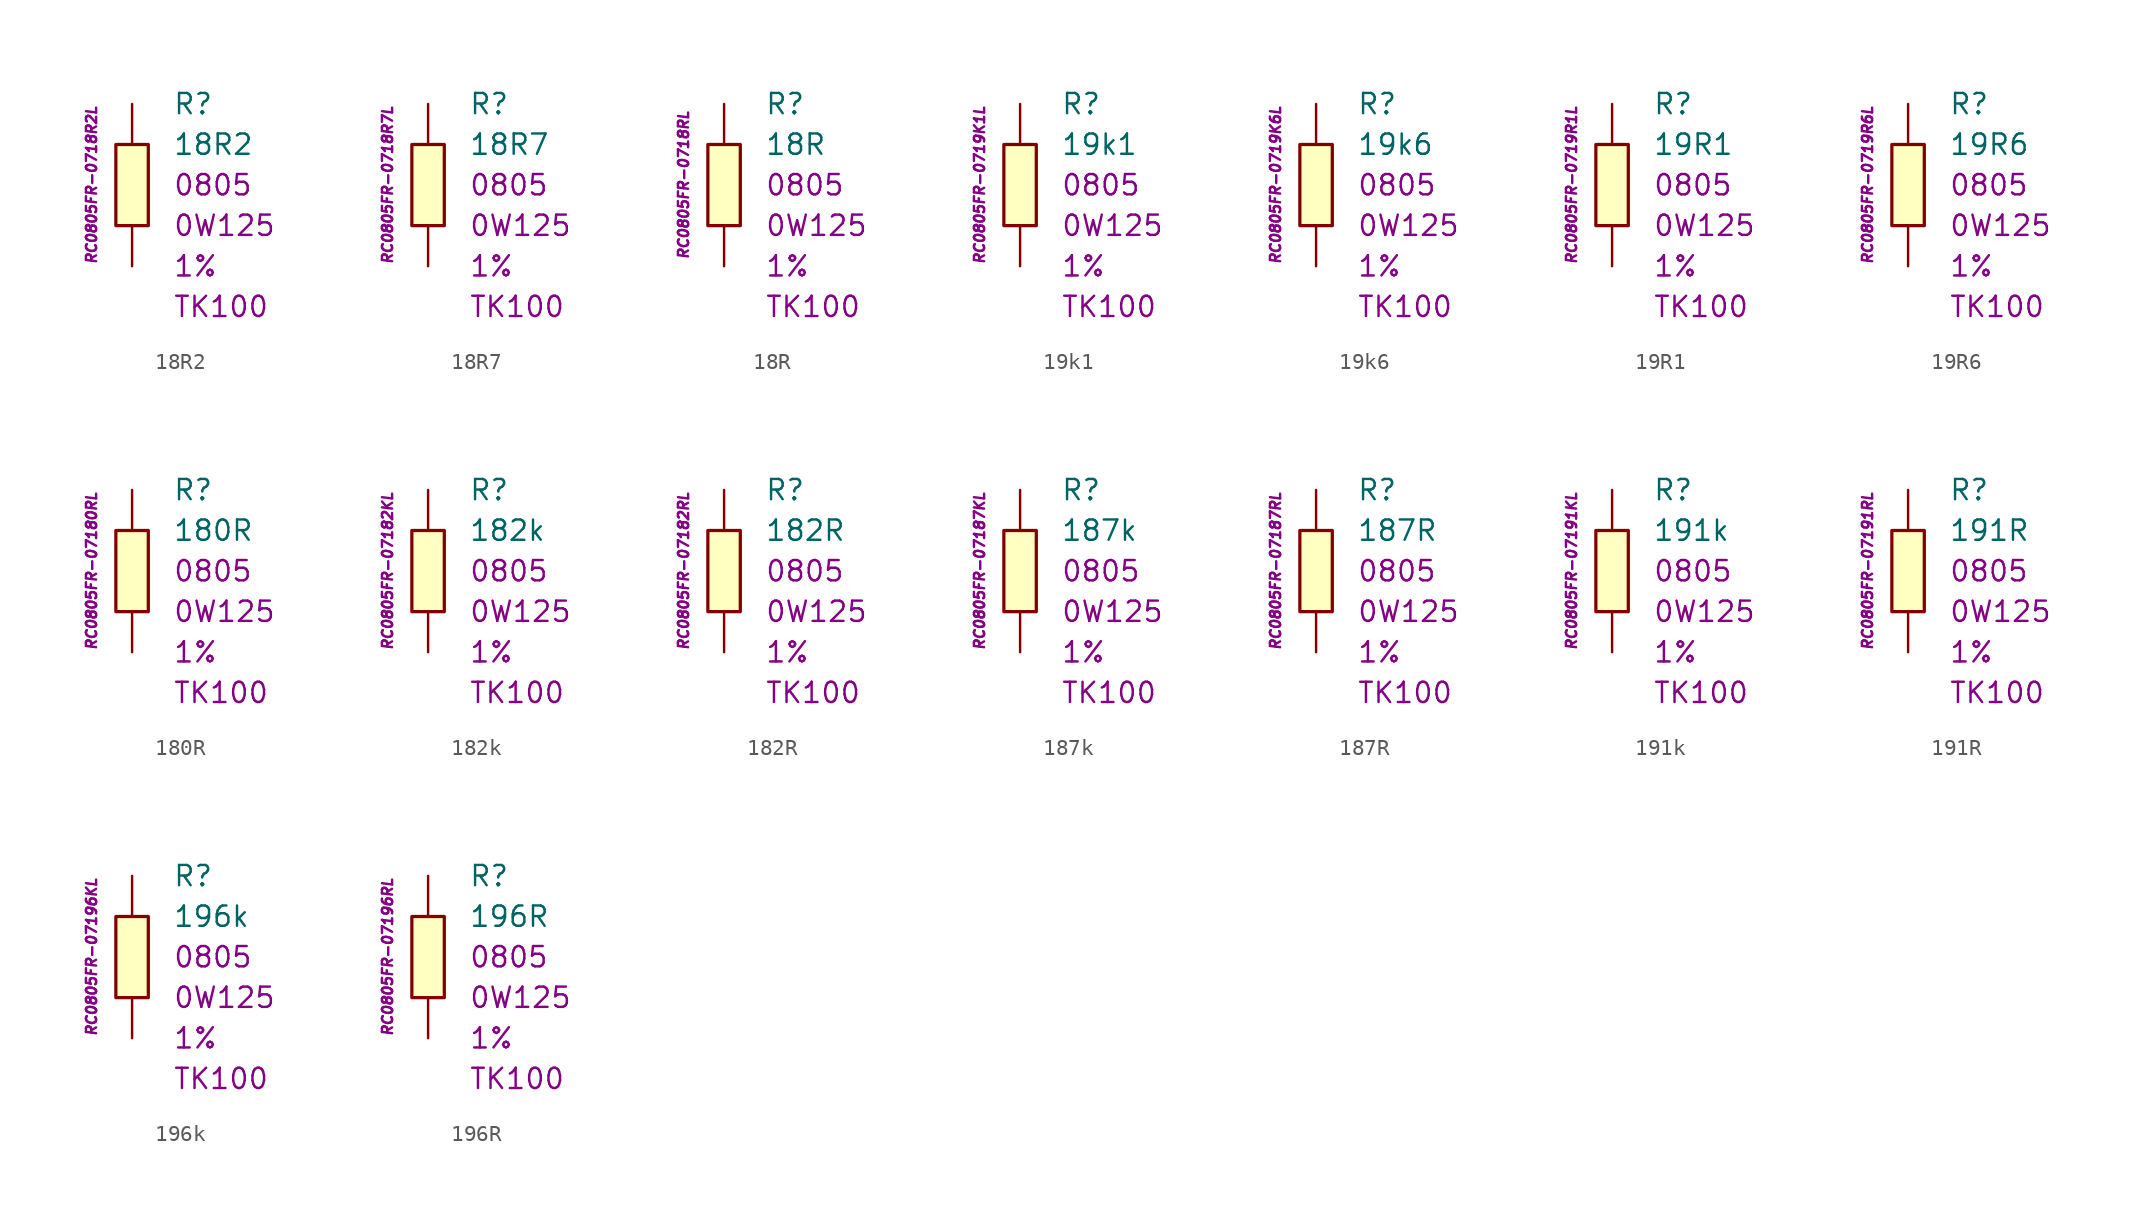
<source format=kicad_sym>
(kicad_symbol_lib
  (version 20201005)
  (generator kicad_symbol_editor)
  (symbol "18R2"
    (pin_numbers hide)
    (pin_names
      (offset 1.016) hide)
    (property "Reference" "R"
      (at 2.54 5.08 0)
      (effects (font (size 1.27 1.27)) (justify left)))
    (property "Value" "18R2"
      (at 2.54 2.54 0)
      (effects (font (size 1.27 1.27)) (justify left)))
    (property "Package" "0805"
      (at 2.54 0 0)
      (effects (font (size 1.27 1.27)) (justify left)))
    (property "Power" "0W125"
      (at 2.54 -2.54 0)
      (effects (font (size 1.27 1.27)) (justify left)))
    (property "Tolerance" "1%"
      (at 2.54 -5.08 0)
      (effects (font (size 1.27 1.27)) (justify left)))
    (property "TK" "TK100"
      (at 2.54 -7.62 0)
      (effects (font (size 1.27 1.27)) (justify left)))
    (property "ID" "RC0805FR-0718R2L"
      (at -2.54 0 90)
      (effects (font (size 0.635 0.635) italic)))
    (symbol "18R2_0_1"
      (rectangle (start -1.016 2.54) (end 1.016 -2.54) (stroke (width 0.203)) (fill (type background))))
    (symbol "18R2_1_1"
      (pin passive line (at 0 5.08 270) (length 2.54) (name "~" (effects (font (size 1.778 1.778)))) (number "1" (effects (font (size 1.778 1.778)))))
      (pin passive line (at 0 -5.08 90) (length 2.54) (name "~" (effects (font (size 1.778 1.778)))) (number "2" (effects (font (size 1.778 1.778)))))))
  (symbol "18R7"
    (pin_numbers hide)
    (pin_names
      (offset 1.016) hide)
    (property "Reference" "R"
      (at 2.54 5.08 0)
      (effects (font (size 1.27 1.27)) (justify left)))
    (property "Value" "18R7"
      (at 2.54 2.54 0)
      (effects (font (size 1.27 1.27)) (justify left)))
    (property "Package" "0805"
      (at 2.54 0 0)
      (effects (font (size 1.27 1.27)) (justify left)))
    (property "Power" "0W125"
      (at 2.54 -2.54 0)
      (effects (font (size 1.27 1.27)) (justify left)))
    (property "Tolerance" "1%"
      (at 2.54 -5.08 0)
      (effects (font (size 1.27 1.27)) (justify left)))
    (property "TK" "TK100"
      (at 2.54 -7.62 0)
      (effects (font (size 1.27 1.27)) (justify left)))
    (property "ID" "RC0805FR-0718R7L"
      (at -2.54 0 90)
      (effects (font (size 0.635 0.635) italic)))
    (symbol "18R7_0_1"
      (rectangle (start -1.016 2.54) (end 1.016 -2.54) (stroke (width 0.203)) (fill (type background))))
    (symbol "18R7_1_1"
      (pin passive line (at 0 5.08 270) (length 2.54) (name "~" (effects (font (size 1.778 1.778)))) (number "1" (effects (font (size 1.778 1.778)))))
      (pin passive line (at 0 -5.08 90) (length 2.54) (name "~" (effects (font (size 1.778 1.778)))) (number "2" (effects (font (size 1.778 1.778)))))))
  (symbol "18R"
    (pin_numbers hide)
    (pin_names
      (offset 1.016) hide)
    (property "Reference" "R"
      (at 2.54 5.08 0)
      (effects (font (size 1.27 1.27)) (justify left)))
    (property "Value" "18R"
      (at 2.54 2.54 0)
      (effects (font (size 1.27 1.27)) (justify left)))
    (property "Package" "0805"
      (at 2.54 0 0)
      (effects (font (size 1.27 1.27)) (justify left)))
    (property "Power" "0W125"
      (at 2.54 -2.54 0)
      (effects (font (size 1.27 1.27)) (justify left)))
    (property "Tolerance" "1%"
      (at 2.54 -5.08 0)
      (effects (font (size 1.27 1.27)) (justify left)))
    (property "TK" "TK100"
      (at 2.54 -7.62 0)
      (effects (font (size 1.27 1.27)) (justify left)))
    (property "ID" "RC0805FR-0718RL"
      (at -2.54 0 90)
      (effects (font (size 0.635 0.635) italic)))
    (symbol "18R_0_1"
      (rectangle (start -1.016 2.54) (end 1.016 -2.54) (stroke (width 0.203)) (fill (type background))))
    (symbol "18R_1_1"
      (pin passive line (at 0 5.08 270) (length 2.54) (name "~" (effects (font (size 1.778 1.778)))) (number "1" (effects (font (size 1.778 1.778)))))
      (pin passive line (at 0 -5.08 90) (length 2.54) (name "~" (effects (font (size 1.778 1.778)))) (number "2" (effects (font (size 1.778 1.778)))))))
  (symbol "19k1"
    (pin_numbers hide)
    (pin_names
      (offset 1.016) hide)
    (property "Reference" "R"
      (at 2.54 5.08 0)
      (effects (font (size 1.27 1.27)) (justify left)))
    (property "Value" "19k1"
      (at 2.54 2.54 0)
      (effects (font (size 1.27 1.27)) (justify left)))
    (property "Package" "0805"
      (at 2.54 0 0)
      (effects (font (size 1.27 1.27)) (justify left)))
    (property "Power" "0W125"
      (at 2.54 -2.54 0)
      (effects (font (size 1.27 1.27)) (justify left)))
    (property "Tolerance" "1%"
      (at 2.54 -5.08 0)
      (effects (font (size 1.27 1.27)) (justify left)))
    (property "TK" "TK100"
      (at 2.54 -7.62 0)
      (effects (font (size 1.27 1.27)) (justify left)))
    (property "ID" "RC0805FR-0719K1L"
      (at -2.54 0 90)
      (effects (font (size 0.635 0.635) italic)))
    (symbol "19k1_0_1"
      (rectangle (start -1.016 2.54) (end 1.016 -2.54) (stroke (width 0.203)) (fill (type background))))
    (symbol "19k1_1_1"
      (pin passive line (at 0 5.08 270) (length 2.54) (name "~" (effects (font (size 1.778 1.778)))) (number "1" (effects (font (size 1.778 1.778)))))
      (pin passive line (at 0 -5.08 90) (length 2.54) (name "~" (effects (font (size 1.778 1.778)))) (number "2" (effects (font (size 1.778 1.778)))))))
  (symbol "19k6"
    (pin_numbers hide)
    (pin_names
      (offset 1.016) hide)
    (property "Reference" "R"
      (at 2.54 5.08 0)
      (effects (font (size 1.27 1.27)) (justify left)))
    (property "Value" "19k6"
      (at 2.54 2.54 0)
      (effects (font (size 1.27 1.27)) (justify left)))
    (property "Package" "0805"
      (at 2.54 0 0)
      (effects (font (size 1.27 1.27)) (justify left)))
    (property "Power" "0W125"
      (at 2.54 -2.54 0)
      (effects (font (size 1.27 1.27)) (justify left)))
    (property "Tolerance" "1%"
      (at 2.54 -5.08 0)
      (effects (font (size 1.27 1.27)) (justify left)))
    (property "TK" "TK100"
      (at 2.54 -7.62 0)
      (effects (font (size 1.27 1.27)) (justify left)))
    (property "ID" "RC0805FR-0719K6L"
      (at -2.54 0 90)
      (effects (font (size 0.635 0.635) italic)))
    (symbol "19k6_0_1"
      (rectangle (start -1.016 2.54) (end 1.016 -2.54) (stroke (width 0.203)) (fill (type background))))
    (symbol "19k6_1_1"
      (pin passive line (at 0 5.08 270) (length 2.54) (name "~" (effects (font (size 1.778 1.778)))) (number "1" (effects (font (size 1.778 1.778)))))
      (pin passive line (at 0 -5.08 90) (length 2.54) (name "~" (effects (font (size 1.778 1.778)))) (number "2" (effects (font (size 1.778 1.778)))))))
  (symbol "19R1"
    (pin_numbers hide)
    (pin_names
      (offset 1.016) hide)
    (property "Reference" "R"
      (at 2.54 5.08 0)
      (effects (font (size 1.27 1.27)) (justify left)))
    (property "Value" "19R1"
      (at 2.54 2.54 0)
      (effects (font (size 1.27 1.27)) (justify left)))
    (property "Package" "0805"
      (at 2.54 0 0)
      (effects (font (size 1.27 1.27)) (justify left)))
    (property "Power" "0W125"
      (at 2.54 -2.54 0)
      (effects (font (size 1.27 1.27)) (justify left)))
    (property "Tolerance" "1%"
      (at 2.54 -5.08 0)
      (effects (font (size 1.27 1.27)) (justify left)))
    (property "TK" "TK100"
      (at 2.54 -7.62 0)
      (effects (font (size 1.27 1.27)) (justify left)))
    (property "ID" "RC0805FR-0719R1L"
      (at -2.54 0 90)
      (effects (font (size 0.635 0.635) italic)))
    (symbol "19R1_0_1"
      (rectangle (start -1.016 2.54) (end 1.016 -2.54) (stroke (width 0.203)) (fill (type background))))
    (symbol "19R1_1_1"
      (pin passive line (at 0 5.08 270) (length 2.54) (name "~" (effects (font (size 1.778 1.778)))) (number "1" (effects (font (size 1.778 1.778)))))
      (pin passive line (at 0 -5.08 90) (length 2.54) (name "~" (effects (font (size 1.778 1.778)))) (number "2" (effects (font (size 1.778 1.778)))))))
  (symbol "19R6"
    (pin_numbers hide)
    (pin_names
      (offset 1.016) hide)
    (property "Reference" "R"
      (at 2.54 5.08 0)
      (effects (font (size 1.27 1.27)) (justify left)))
    (property "Value" "19R6"
      (at 2.54 2.54 0)
      (effects (font (size 1.27 1.27)) (justify left)))
    (property "Package" "0805"
      (at 2.54 0 0)
      (effects (font (size 1.27 1.27)) (justify left)))
    (property "Power" "0W125"
      (at 2.54 -2.54 0)
      (effects (font (size 1.27 1.27)) (justify left)))
    (property "Tolerance" "1%"
      (at 2.54 -5.08 0)
      (effects (font (size 1.27 1.27)) (justify left)))
    (property "TK" "TK100"
      (at 2.54 -7.62 0)
      (effects (font (size 1.27 1.27)) (justify left)))
    (property "ID" "RC0805FR-0719R6L"
      (at -2.54 0 90)
      (effects (font (size 0.635 0.635) italic)))
    (symbol "19R6_0_1"
      (rectangle (start -1.016 2.54) (end 1.016 -2.54) (stroke (width 0.203)) (fill (type background))))
    (symbol "19R6_1_1"
      (pin passive line (at 0 5.08 270) (length 2.54) (name "~" (effects (font (size 1.778 1.778)))) (number "1" (effects (font (size 1.778 1.778)))))
      (pin passive line (at 0 -5.08 90) (length 2.54) (name "~" (effects (font (size 1.778 1.778)))) (number "2" (effects (font (size 1.778 1.778)))))))
  (symbol "180R"
    (pin_numbers hide)
    (pin_names
      (offset 1.016) hide)
    (property "Reference" "R"
      (at 2.54 5.08 0)
      (effects (font (size 1.27 1.27)) (justify left)))
    (property "Value" "180R"
      (at 2.54 2.54 0)
      (effects (font (size 1.27 1.27)) (justify left)))
    (property "Package" "0805"
      (at 2.54 0 0)
      (effects (font (size 1.27 1.27)) (justify left)))
    (property "Power" "0W125"
      (at 2.54 -2.54 0)
      (effects (font (size 1.27 1.27)) (justify left)))
    (property "Tolerance" "1%"
      (at 2.54 -5.08 0)
      (effects (font (size 1.27 1.27)) (justify left)))
    (property "TK" "TK100"
      (at 2.54 -7.62 0)
      (effects (font (size 1.27 1.27)) (justify left)))
    (property "ID" "RC0805FR-07180RL"
      (at -2.54 0 90)
      (effects (font (size 0.635 0.635) italic)))
    (symbol "180R_0_1"
      (rectangle (start -1.016 2.54) (end 1.016 -2.54) (stroke (width 0.203)) (fill (type background))))
    (symbol "180R_1_1"
      (pin passive line (at 0 5.08 270) (length 2.54) (name "~" (effects (font (size 1.778 1.778)))) (number "1" (effects (font (size 1.778 1.778)))))
      (pin passive line (at 0 -5.08 90) (length 2.54) (name "~" (effects (font (size 1.778 1.778)))) (number "2" (effects (font (size 1.778 1.778)))))))
  (symbol "182k"
    (pin_numbers hide)
    (pin_names
      (offset 1.016) hide)
    (property "Reference" "R"
      (at 2.54 5.08 0)
      (effects (font (size 1.27 1.27)) (justify left)))
    (property "Value" "182k"
      (at 2.54 2.54 0)
      (effects (font (size 1.27 1.27)) (justify left)))
    (property "Package" "0805"
      (at 2.54 0 0)
      (effects (font (size 1.27 1.27)) (justify left)))
    (property "Power" "0W125"
      (at 2.54 -2.54 0)
      (effects (font (size 1.27 1.27)) (justify left)))
    (property "Tolerance" "1%"
      (at 2.54 -5.08 0)
      (effects (font (size 1.27 1.27)) (justify left)))
    (property "TK" "TK100"
      (at 2.54 -7.62 0)
      (effects (font (size 1.27 1.27)) (justify left)))
    (property "ID" "RC0805FR-07182KL"
      (at -2.54 0 90)
      (effects (font (size 0.635 0.635) italic)))
    (symbol "182k_0_1"
      (rectangle (start -1.016 2.54) (end 1.016 -2.54) (stroke (width 0.203)) (fill (type background))))
    (symbol "182k_1_1"
      (pin passive line (at 0 5.08 270) (length 2.54) (name "~" (effects (font (size 1.778 1.778)))) (number "1" (effects (font (size 1.778 1.778)))))
      (pin passive line (at 0 -5.08 90) (length 2.54) (name "~" (effects (font (size 1.778 1.778)))) (number "2" (effects (font (size 1.778 1.778)))))))
  (symbol "182R"
    (pin_numbers hide)
    (pin_names
      (offset 1.016) hide)
    (property "Reference" "R"
      (at 2.54 5.08 0)
      (effects (font (size 1.27 1.27)) (justify left)))
    (property "Value" "182R"
      (at 2.54 2.54 0)
      (effects (font (size 1.27 1.27)) (justify left)))
    (property "Package" "0805"
      (at 2.54 0 0)
      (effects (font (size 1.27 1.27)) (justify left)))
    (property "Power" "0W125"
      (at 2.54 -2.54 0)
      (effects (font (size 1.27 1.27)) (justify left)))
    (property "Tolerance" "1%"
      (at 2.54 -5.08 0)
      (effects (font (size 1.27 1.27)) (justify left)))
    (property "TK" "TK100"
      (at 2.54 -7.62 0)
      (effects (font (size 1.27 1.27)) (justify left)))
    (property "ID" "RC0805FR-07182RL"
      (at -2.54 0 90)
      (effects (font (size 0.635 0.635) italic)))
    (symbol "182R_0_1"
      (rectangle (start -1.016 2.54) (end 1.016 -2.54) (stroke (width 0.203)) (fill (type background))))
    (symbol "182R_1_1"
      (pin passive line (at 0 5.08 270) (length 2.54) (name "~" (effects (font (size 1.778 1.778)))) (number "1" (effects (font (size 1.778 1.778)))))
      (pin passive line (at 0 -5.08 90) (length 2.54) (name "~" (effects (font (size 1.778 1.778)))) (number "2" (effects (font (size 1.778 1.778)))))))
  (symbol "187k"
    (pin_numbers hide)
    (pin_names
      (offset 1.016) hide)
    (property "Reference" "R"
      (at 2.54 5.08 0)
      (effects (font (size 1.27 1.27)) (justify left)))
    (property "Value" "187k"
      (at 2.54 2.54 0)
      (effects (font (size 1.27 1.27)) (justify left)))
    (property "Package" "0805"
      (at 2.54 0 0)
      (effects (font (size 1.27 1.27)) (justify left)))
    (property "Power" "0W125"
      (at 2.54 -2.54 0)
      (effects (font (size 1.27 1.27)) (justify left)))
    (property "Tolerance" "1%"
      (at 2.54 -5.08 0)
      (effects (font (size 1.27 1.27)) (justify left)))
    (property "TK" "TK100"
      (at 2.54 -7.62 0)
      (effects (font (size 1.27 1.27)) (justify left)))
    (property "ID" "RC0805FR-07187KL"
      (at -2.54 0 90)
      (effects (font (size 0.635 0.635) italic)))
    (symbol "187k_0_1"
      (rectangle (start -1.016 2.54) (end 1.016 -2.54) (stroke (width 0.203)) (fill (type background))))
    (symbol "187k_1_1"
      (pin passive line (at 0 5.08 270) (length 2.54) (name "~" (effects (font (size 1.778 1.778)))) (number "1" (effects (font (size 1.778 1.778)))))
      (pin passive line (at 0 -5.08 90) (length 2.54) (name "~" (effects (font (size 1.778 1.778)))) (number "2" (effects (font (size 1.778 1.778)))))))
  (symbol "187R"
    (pin_numbers hide)
    (pin_names
      (offset 1.016) hide)
    (property "Reference" "R"
      (at 2.54 5.08 0)
      (effects (font (size 1.27 1.27)) (justify left)))
    (property "Value" "187R"
      (at 2.54 2.54 0)
      (effects (font (size 1.27 1.27)) (justify left)))
    (property "Package" "0805"
      (at 2.54 0 0)
      (effects (font (size 1.27 1.27)) (justify left)))
    (property "Power" "0W125"
      (at 2.54 -2.54 0)
      (effects (font (size 1.27 1.27)) (justify left)))
    (property "Tolerance" "1%"
      (at 2.54 -5.08 0)
      (effects (font (size 1.27 1.27)) (justify left)))
    (property "TK" "TK100"
      (at 2.54 -7.62 0)
      (effects (font (size 1.27 1.27)) (justify left)))
    (property "ID" "RC0805FR-07187RL"
      (at -2.54 0 90)
      (effects (font (size 0.635 0.635) italic)))
    (symbol "187R_0_1"
      (rectangle (start -1.016 2.54) (end 1.016 -2.54) (stroke (width 0.203)) (fill (type background))))
    (symbol "187R_1_1"
      (pin passive line (at 0 5.08 270) (length 2.54) (name "~" (effects (font (size 1.778 1.778)))) (number "1" (effects (font (size 1.778 1.778)))))
      (pin passive line (at 0 -5.08 90) (length 2.54) (name "~" (effects (font (size 1.778 1.778)))) (number "2" (effects (font (size 1.778 1.778)))))))
  (symbol "191k"
    (pin_numbers hide)
    (pin_names
      (offset 1.016) hide)
    (property "Reference" "R"
      (at 2.54 5.08 0)
      (effects (font (size 1.27 1.27)) (justify left)))
    (property "Value" "191k"
      (at 2.54 2.54 0)
      (effects (font (size 1.27 1.27)) (justify left)))
    (property "Package" "0805"
      (at 2.54 0 0)
      (effects (font (size 1.27 1.27)) (justify left)))
    (property "Power" "0W125"
      (at 2.54 -2.54 0)
      (effects (font (size 1.27 1.27)) (justify left)))
    (property "Tolerance" "1%"
      (at 2.54 -5.08 0)
      (effects (font (size 1.27 1.27)) (justify left)))
    (property "TK" "TK100"
      (at 2.54 -7.62 0)
      (effects (font (size 1.27 1.27)) (justify left)))
    (property "ID" "RC0805FR-07191KL"
      (at -2.54 0 90)
      (effects (font (size 0.635 0.635) italic)))
    (symbol "191k_0_1"
      (rectangle (start -1.016 2.54) (end 1.016 -2.54) (stroke (width 0.203)) (fill (type background))))
    (symbol "191k_1_1"
      (pin passive line (at 0 5.08 270) (length 2.54) (name "~" (effects (font (size 1.778 1.778)))) (number "1" (effects (font (size 1.778 1.778)))))
      (pin passive line (at 0 -5.08 90) (length 2.54) (name "~" (effects (font (size 1.778 1.778)))) (number "2" (effects (font (size 1.778 1.778)))))))
  (symbol "191R"
    (pin_numbers hide)
    (pin_names
      (offset 1.016) hide)
    (property "Reference" "R"
      (at 2.54 5.08 0)
      (effects (font (size 1.27 1.27)) (justify left)))
    (property "Value" "191R"
      (at 2.54 2.54 0)
      (effects (font (size 1.27 1.27)) (justify left)))
    (property "Package" "0805"
      (at 2.54 0 0)
      (effects (font (size 1.27 1.27)) (justify left)))
    (property "Power" "0W125"
      (at 2.54 -2.54 0)
      (effects (font (size 1.27 1.27)) (justify left)))
    (property "Tolerance" "1%"
      (at 2.54 -5.08 0)
      (effects (font (size 1.27 1.27)) (justify left)))
    (property "TK" "TK100"
      (at 2.54 -7.62 0)
      (effects (font (size 1.27 1.27)) (justify left)))
    (property "ID" "RC0805FR-07191RL"
      (at -2.54 0 90)
      (effects (font (size 0.635 0.635) italic)))
    (symbol "191R_0_1"
      (rectangle (start -1.016 2.54) (end 1.016 -2.54) (stroke (width 0.203)) (fill (type background))))
    (symbol "191R_1_1"
      (pin passive line (at 0 5.08 270) (length 2.54) (name "~" (effects (font (size 1.778 1.778)))) (number "1" (effects (font (size 1.778 1.778)))))
      (pin passive line (at 0 -5.08 90) (length 2.54) (name "~" (effects (font (size 1.778 1.778)))) (number "2" (effects (font (size 1.778 1.778)))))))
  (symbol "196k"
    (pin_numbers hide)
    (pin_names
      (offset 1.016) hide)
    (property "Reference" "R"
      (at 2.54 5.08 0)
      (effects (font (size 1.27 1.27)) (justify left)))
    (property "Value" "196k"
      (at 2.54 2.54 0)
      (effects (font (size 1.27 1.27)) (justify left)))
    (property "Package" "0805"
      (at 2.54 0 0)
      (effects (font (size 1.27 1.27)) (justify left)))
    (property "Power" "0W125"
      (at 2.54 -2.54 0)
      (effects (font (size 1.27 1.27)) (justify left)))
    (property "Tolerance" "1%"
      (at 2.54 -5.08 0)
      (effects (font (size 1.27 1.27)) (justify left)))
    (property "TK" "TK100"
      (at 2.54 -7.62 0)
      (effects (font (size 1.27 1.27)) (justify left)))
    (property "ID" "RC0805FR-07196KL"
      (at -2.54 0 90)
      (effects (font (size 0.635 0.635) italic)))
    (symbol "196k_0_1"
      (rectangle (start -1.016 2.54) (end 1.016 -2.54) (stroke (width 0.203)) (fill (type background))))
    (symbol "196k_1_1"
      (pin passive line (at 0 5.08 270) (length 2.54) (name "~" (effects (font (size 1.778 1.778)))) (number "1" (effects (font (size 1.778 1.778)))))
      (pin passive line (at 0 -5.08 90) (length 2.54) (name "~" (effects (font (size 1.778 1.778)))) (number "2" (effects (font (size 1.778 1.778)))))))
  (symbol "196R"
    (pin_numbers hide)
    (pin_names
      (offset 1.016) hide)
    (property "Reference" "R"
      (at 2.54 5.08 0)
      (effects (font (size 1.27 1.27)) (justify left)))
    (property "Value" "196R"
      (at 2.54 2.54 0)
      (effects (font (size 1.27 1.27)) (justify left)))
    (property "Package" "0805"
      (at 2.54 0 0)
      (effects (font (size 1.27 1.27)) (justify left)))
    (property "Power" "0W125"
      (at 2.54 -2.54 0)
      (effects (font (size 1.27 1.27)) (justify left)))
    (property "Tolerance" "1%"
      (at 2.54 -5.08 0)
      (effects (font (size 1.27 1.27)) (justify left)))
    (property "TK" "TK100"
      (at 2.54 -7.62 0)
      (effects (font (size 1.27 1.27)) (justify left)))
    (property "ID" "RC0805FR-07196RL"
      (at -2.54 0 90)
      (effects (font (size 0.635 0.635) italic)))
    (symbol "196R_0_1"
      (rectangle (start -1.016 2.54) (end 1.016 -2.54) (stroke (width 0.203)) (fill (type background))))
    (symbol "196R_1_1"
      (pin passive line (at 0 5.08 270) (length 2.54) (name "~" (effects (font (size 1.778 1.778)))) (number "1" (effects (font (size 1.778 1.778)))))
      (pin passive line (at 0 -5.08 90) (length 2.54) (name "~" (effects (font (size 1.778 1.778)))) (number "2" (effects (font (size 1.778 1.778))))))))
</source>
